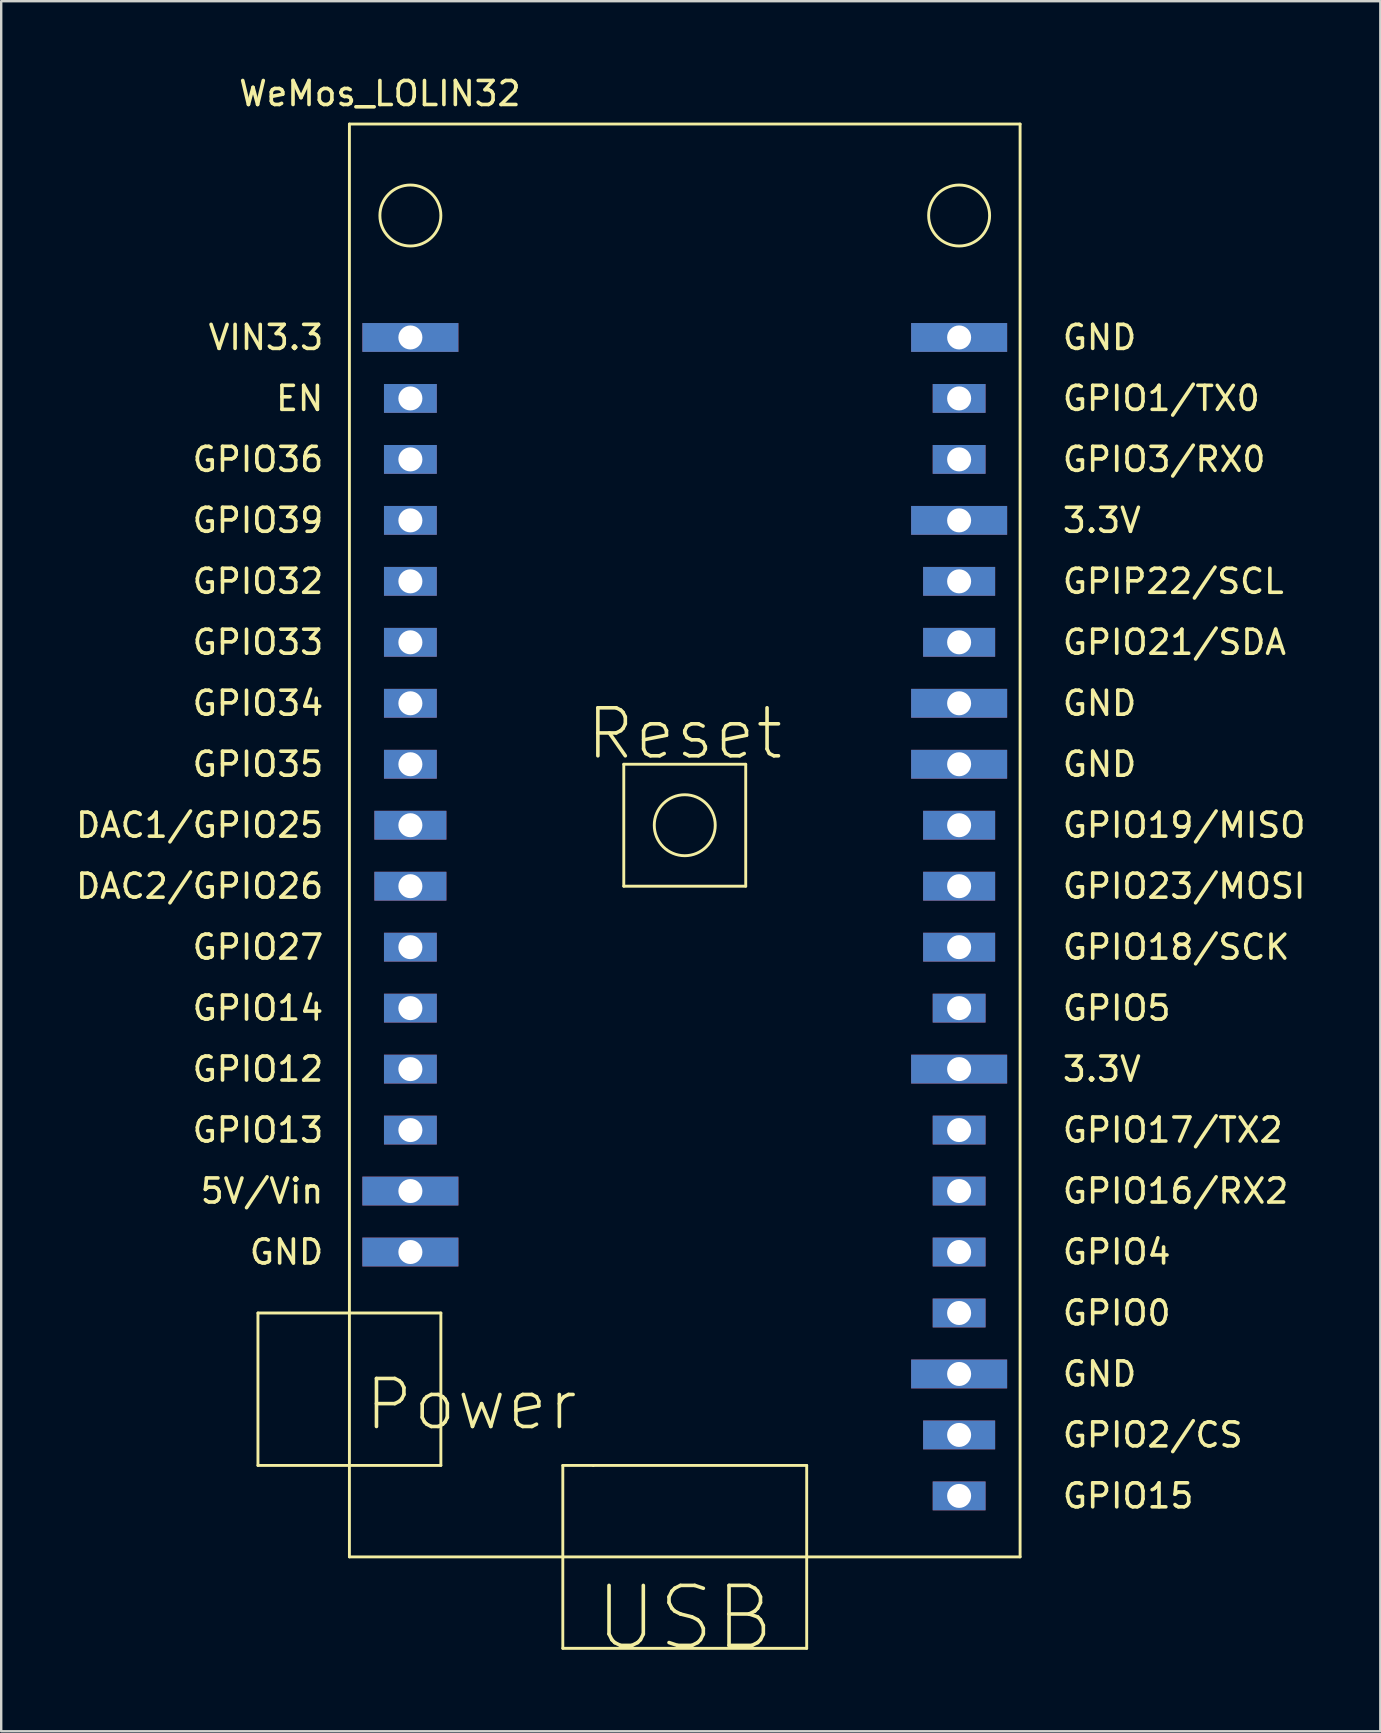
<source format=kicad_pcb>
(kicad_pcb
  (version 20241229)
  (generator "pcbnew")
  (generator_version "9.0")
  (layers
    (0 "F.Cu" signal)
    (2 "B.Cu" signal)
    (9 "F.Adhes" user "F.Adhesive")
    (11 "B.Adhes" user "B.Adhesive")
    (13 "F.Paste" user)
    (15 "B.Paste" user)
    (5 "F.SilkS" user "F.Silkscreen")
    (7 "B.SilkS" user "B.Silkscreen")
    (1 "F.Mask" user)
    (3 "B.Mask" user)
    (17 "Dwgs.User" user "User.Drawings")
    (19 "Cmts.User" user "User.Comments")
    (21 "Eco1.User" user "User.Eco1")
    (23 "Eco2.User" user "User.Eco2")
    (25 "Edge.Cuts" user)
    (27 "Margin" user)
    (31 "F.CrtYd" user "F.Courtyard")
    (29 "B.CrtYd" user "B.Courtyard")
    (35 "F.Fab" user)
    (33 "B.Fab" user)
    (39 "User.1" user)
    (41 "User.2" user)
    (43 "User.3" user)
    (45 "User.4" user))
  (footprint "WeMos_LOLIN32"
    (layer "F.Cu")
    (at 25.476 33.868)
    (property "Reference" "WeMos_LOLIN32" (at -12.7 -33.02 0) (layer "F.SilkS") (effects (font (size 1 1) (thickness 0.15))))
    (attr through_hole)
    (fp_line (start -17.78 17.78) (end -17.78 24.13) (stroke (width 0.12) (type solid)) (layer "F.SilkS"))
    (fp_line (start -17.78 24.13) (end -10.16 24.13) (stroke (width 0.12) (type solid)) (layer "F.SilkS"))
    (fp_line (start -13.97 -31.75) (end -13.97 27.94) (stroke (width 0.12) (type solid)) (layer "F.SilkS"))
    (fp_line (start -13.97 27.94) (end 13.97 27.94) (stroke (width 0.12) (type solid)) (layer "F.SilkS"))
    (fp_line (start -10.16 17.78) (end -17.78 17.78) (stroke (width 0.12) (type solid)) (layer "F.SilkS"))
    (fp_line (start -10.16 24.13) (end -10.16 17.78) (stroke (width 0.12) (type solid)) (layer "F.SilkS"))
    (fp_line (start -5.08 24.13) (end -3.81 24.13) (stroke (width 0.12) (type solid)) (layer "F.SilkS"))
    (fp_line (start -5.08 31.75) (end -5.08 24.13) (stroke (width 0.12) (type solid)) (layer "F.SilkS"))
    (fp_line (start -3.81 24.13) (end 5.08 24.13) (stroke (width 0.12) (type solid)) (layer "F.SilkS"))
    (fp_line (start -2.54 -5.08) (end 2.54 -5.08) (stroke (width 0.12) (type solid)) (layer "F.SilkS"))
    (fp_line (start -2.54 0) (end -2.54 -5.08) (stroke (width 0.12) (type solid)) (layer "F.SilkS"))
    (fp_line (start 2.54 -5.08) (end 2.54 0) (stroke (width 0.12) (type solid)) (layer "F.SilkS"))
    (fp_line (start 2.54 0) (end -2.54 0) (stroke (width 0.12) (type solid)) (layer "F.SilkS"))
    (fp_line (start 5.08 24.13) (end 5.08 31.75) (stroke (width 0.12) (type solid)) (layer "F.SilkS"))
    (fp_line (start 5.08 31.75) (end -5.08 31.75) (stroke (width 0.12) (type solid)) (layer "F.SilkS"))
    (fp_line (start 13.97 -31.75) (end -13.97 -31.75) (stroke (width 0.12) (type solid)) (layer "F.SilkS"))
    (fp_line (start 13.97 27.94) (end 13.97 -31.75) (stroke (width 0.12) (type solid)) (layer "F.SilkS"))
    (fp_circle (center -11.43 -27.94) (end -10.16 -27.94) (stroke (width 0.12) (type solid)) (fill no) (layer "F.SilkS"))
    (fp_circle (center 0 -2.54) (end 0 -1.27) (stroke (width 0.12) (type solid)) (fill no) (layer "F.SilkS"))
    (fp_circle (center 11.43 -27.94) (end 12.7 -27.94) (stroke (width 0.12) (type solid)) (fill no) (layer "F.SilkS"))
    (fp_text user "GPIO4" (at 17.995 15.24 0) (unlocked yes) (layer "F.SilkS") (effects (font (size 1 1) (thickness 0.15))))
    (fp_text user "GND" (at 17.28 -22.86 0) (unlocked yes) (layer "F.SilkS") (effects (font (size 1 1) (thickness 0.15))))
    (fp_text user "VIN3.3" (at -17.447 -22.86 0) (unlocked yes) (layer "F.SilkS") (effects (font (size 1 1) (thickness 0.15))))
    (fp_text user "GPIO5" (at 17.995 5.08 0) (unlocked yes) (layer "F.SilkS") (effects (font (size 1 1) (thickness 0.15))))
    (fp_text user "GPIO19/MISO" (at 20.804 -2.54 0) (unlocked yes) (layer "F.SilkS") (effects (font (size 1 1) (thickness 0.15))))
    (fp_text user "GPIO39" (at -17.78 -15.24 0) (unlocked yes) (layer "F.SilkS") (effects (font (size 1 1) (thickness 0.15))))
    (fp_text user "GPIO36" (at -17.78 -17.78 0) (unlocked yes) (layer "F.SilkS") (effects (font (size 1 1) (thickness 0.15))))
    (fp_text user "GPIO17/TX2" (at 20.328 10.16 0) (unlocked yes) (layer "F.SilkS") (effects (font (size 1 1) (thickness 0.15))))
    (fp_text user "GPIO0" (at 17.995 17.78 0) (unlocked yes) (layer "F.SilkS") (effects (font (size 1 1) (thickness 0.15))))
    (fp_text user "DAC2/GPIO26" (at -20.209 0 0) (unlocked yes) (layer "F.SilkS") (effects (font (size 1 1) (thickness 0.15))))
    (fp_text user "GND" (at 17.28 -7.62 0) (unlocked yes) (layer "F.SilkS") (effects (font (size 1 1) (thickness 0.15))))
    (fp_text user "Power" (at -8.89 21.59 0) (layer "F.SilkS") (effects (font (size 2 2) (thickness 0.15))))
    (fp_text user "GPIO15" (at 18.471 25.4 0) (unlocked yes) (layer "F.SilkS") (effects (font (size 1 1) (thickness 0.15))))
    (fp_text user "GPIO21/SDA" (at 20.4 -10.16 0) (unlocked yes) (layer "F.SilkS") (effects (font (size 1 1) (thickness 0.15))))
    (fp_text user "GPIO14" (at -17.78 5.08 0) (unlocked yes) (layer "F.SilkS") (effects (font (size 1 1) (thickness 0.15))))
    (fp_text user "GPIO34" (at -17.78 -7.62 0) (unlocked yes) (layer "F.SilkS") (effects (font (size 1 1) (thickness 0.15))))
    (fp_text user "GPIO16/RX2" (at 20.447 12.7 0) (unlocked yes) (layer "F.SilkS") (effects (font (size 1 1) (thickness 0.15))))
    (fp_text user "GND" (at -16.59 15.24 0) (unlocked yes) (layer "F.SilkS") (effects (font (size 1 1) (thickness 0.15))))
    (fp_text user "GPIO1/TX0" (at 19.852 -20.32 0) (unlocked yes) (layer "F.SilkS") (effects (font (size 1 1) (thickness 0.15))))
    (fp_text user "GPIO12" (at -17.78 7.62 0) (unlocked yes) (layer "F.SilkS") (effects (font (size 1 1) (thickness 0.15))))
    (fp_text user "3.3V" (at 17.376 7.62 0) (unlocked yes) (layer "F.SilkS") (effects (font (size 1 1) (thickness 0.15))))
    (fp_text user "USB" (at 0 30.48 0) (layer "F.SilkS") (effects (font (size 2.5 2.5) (thickness 0.15))))
    (fp_text user "GND" (at 17.28 -5.08 0) (unlocked yes) (layer "F.SilkS") (effects (font (size 1 1) (thickness 0.15))))
    (fp_text user "GPIO13" (at -17.78 10.16 0) (unlocked yes) (layer "F.SilkS") (effects (font (size 1 1) (thickness 0.15))))
    (fp_text user "GPIO2/CS" (at 19.495 22.86 0) (unlocked yes) (layer "F.SilkS") (effects (font (size 1 1) (thickness 0.15))))
    (fp_text user "Reset" (at 0 -6.35 0) (layer "F.SilkS") (effects (font (size 2 2) (thickness 0.15))))
    (fp_text user "GND" (at 17.28 20.32 0) (unlocked yes) (layer "F.SilkS") (effects (font (size 1 1) (thickness 0.15))))
    (fp_text user "GPIO27" (at -17.78 2.54 0) (unlocked yes) (layer "F.SilkS") (effects (font (size 1 1) (thickness 0.15))))
    (fp_text user "5V/Vin" (at -17.613 12.7 0) (unlocked yes) (layer "F.SilkS") (effects (font (size 1 1) (thickness 0.15))))
    (fp_text user "GPIP22/SCL" (at 20.352 -12.7 0) (unlocked yes) (layer "F.SilkS") (effects (font (size 1 1) (thickness 0.15))))
    (fp_text user "GPIO18/SCK" (at 20.471 2.54 0) (unlocked yes) (layer "F.SilkS") (effects (font (size 1 1) (thickness 0.15))))
    (fp_text user "EN" (at -16.042 -20.32 0) (unlocked yes) (layer "F.SilkS") (effects (font (size 1 1) (thickness 0.15))))
    (fp_text user "DAC1/GPIO25" (at -20.209 -2.54 0) (unlocked yes) (layer "F.SilkS") (effects (font (size 1 1) (thickness 0.15))))
    (fp_text user "GPIO35" (at -17.78 -5.08 0) (unlocked yes) (layer "F.SilkS") (effects (font (size 1 1) (thickness 0.15))))
    (fp_text user "GPIO33" (at -17.78 -10.16 0) (unlocked yes) (layer "F.SilkS") (effects (font (size 1 1) (thickness 0.15))))
    (fp_text user "GPIO3/RX0" (at 19.971 -17.78 0) (unlocked yes) (layer "F.SilkS") (effects (font (size 1 1) (thickness 0.15))))
    (fp_text user "3.3V" (at 17.376 -15.24 0) (unlocked yes) (layer "F.SilkS") (effects (font (size 1 1) (thickness 0.15))))
    (fp_text user "GPIO23/MOSI" (at 20.804 0 0) (unlocked yes) (layer "F.SilkS") (effects (font (size 1 1) (thickness 0.15))))
    (fp_text user "GPIO32" (at -17.78 -12.7 0) (unlocked yes) (layer "F.SilkS") (effects (font (size 1 1) (thickness 0.15))))
    (pad "1" thru_hole rect (at -11.43 -22.86 270) (size 1.2 4) (drill 1) (layers "*.Cu" "*.Mask"))
    (pad "2" thru_hole trapezoid (at -11.43 -20.32 270) (size 1.2 2.2) (drill 1) (layers "*.Cu" "*.Mask" "B.Adhes"))
    (pad "3" thru_hole trapezoid (at -11.43 -17.78 270) (size 1.2 2.2) (drill 1) (layers "*.Cu" "*.Mask"))
    (pad "4" thru_hole trapezoid (at -11.43 -15.24 270) (size 1.2 2.2) (drill 1) (layers "*.Cu" "*.Mask"))
    (pad "5" thru_hole rect (at -11.43 -12.7 270) (size 1.2 2.2) (drill 1) (layers "*.Cu" "*.Mask"))
    (pad "6" thru_hole rect (at -11.43 -10.16 270) (size 1.2 2.2) (drill 1) (layers "*.Cu" "*.Mask"))
    (pad "7" thru_hole rect (at -11.43 -7.62 270) (size 1.2 2.2) (drill 1) (layers "*.Cu" "*.Mask"))
    (pad "8" thru_hole rect (at -11.43 -5.08 270) (size 1.2 2.2) (drill 1) (layers "*.Cu" "*.Mask"))
    (pad "9" thru_hole rect (at -11.43 -2.54 270) (size 1.2 3) (drill 1) (layers "*.Cu" "*.Mask"))
    (pad "10" thru_hole rect (at -11.43 0 270) (size 1.2 3) (drill 1) (layers "*.Cu" "*.Mask"))
    (pad "11" thru_hole rect (at -11.43 2.54 270) (size 1.2 2.2) (drill 1) (layers "*.Cu" "*.Mask"))
    (pad "12" thru_hole rect (at -11.43 5.08 270) (size 1.2 2.2) (drill 1) (layers "*.Cu" "*.Mask"))
    (pad "13" thru_hole rect (at -11.43 7.62 270) (size 1.2 2.2) (drill 1) (layers "*.Cu" "*.Mask"))
    (pad "14" thru_hole rect (at -11.43 10.16 270) (size 1.2 2.2) (drill 1) (layers "*.Cu" "*.Mask"))
    (pad "15" thru_hole rect (at -11.43 12.7 270) (size 1.2 4) (drill 1) (layers "*.Cu" "*.Mask"))
    (pad "16" thru_hole rect (at -11.43 15.24 270) (size 1.2 4) (drill 1) (layers "*.Cu" "*.Mask"))
    (pad "17" thru_hole rect (at 11.43 25.4 270) (size 1.2 2.2) (drill 1) (layers "*.Cu" "*.Mask"))
    (pad "18" thru_hole rect (at 11.43 22.86 270) (size 1.2 3) (drill 1) (layers "*.Cu" "*.Mask"))
    (pad "19" thru_hole rect (at 11.43 20.32 270) (size 1.2 4) (drill 1) (layers "*.Cu" "*.Mask"))
    (pad "20" thru_hole rect (at 11.43 17.78 270) (size 1.2 2.2) (drill 1) (layers "*.Cu" "*.Mask"))
    (pad "21" thru_hole rect (at 11.43 15.24 270) (size 1.2 2.2) (drill 1) (layers "*.Cu" "*.Mask"))
    (pad "22" thru_hole rect (at 11.43 12.7 270) (size 1.2 2.2) (drill 1) (layers "*.Cu" "*.Mask"))
    (pad "23" thru_hole rect (at 11.43 10.16 270) (size 1.2 2.2) (drill 1) (layers "*.Cu" "*.Mask"))
    (pad "24" thru_hole rect (at 11.43 7.62 270) (size 1.2 4) (drill 1) (layers "*.Cu" "*.Mask"))
    (pad "25" thru_hole rect (at 11.43 5.08 270) (size 1.2 2.2) (drill 1) (layers "*.Cu" "*.Mask"))
    (pad "26" thru_hole rect (at 11.43 2.54 270) (size 1.2 3) (drill 1) (layers "*.Cu" "*.Mask"))
    (pad "27" thru_hole rect (at 11.43 0 270) (size 1.2 3) (drill 1) (layers "*.Cu" "*.Mask"))
    (pad "28" thru_hole rect (at 11.43 -2.54 270) (size 1.2 3) (drill 1) (layers "*.Cu" "*.Mask"))
    (pad "29" thru_hole rect (at 11.43 -5.08 270) (size 1.2 4) (drill 1) (layers "*.Cu" "*.Mask"))
    (pad "30" thru_hole rect (at 11.43 -7.62 270) (size 1.2 4) (drill 1) (layers "*.Cu" "*.Mask"))
    (pad "31" thru_hole rect (at 11.43 -10.16 270) (size 1.2 3) (drill 1) (layers "*.Cu" "*.Mask"))
    (pad "32" thru_hole rect (at 11.43 -12.7 270) (size 1.2 3) (drill 1) (layers "*.Cu" "*.Mask"))
    (pad "33" thru_hole rect (at 11.43 -15.24 270) (size 1.2 4) (drill 1) (layers "*.Cu" "*.Mask"))
    (pad "34" thru_hole rect (at 11.43 -17.78 270) (size 1.2 2.2) (drill 1) (layers "*.Cu" "*.Mask"))
    (pad "35" thru_hole rect (at 11.43 -20.32 270) (size 1.2 2.2) (drill 1) (layers "*.Cu" "*.Mask"))
    (pad "36" thru_hole rect (at 11.43 -22.86 270) (size 1.2 4) (drill 1) (layers "*.Cu" "*.Mask")))
  (gr_rect
    (start -3 -3)
    (end 54.453 69.074)
    (stroke (width 0.1) (type default))
    (fill no)
    (layer "Edge.Cuts")))
</source>
